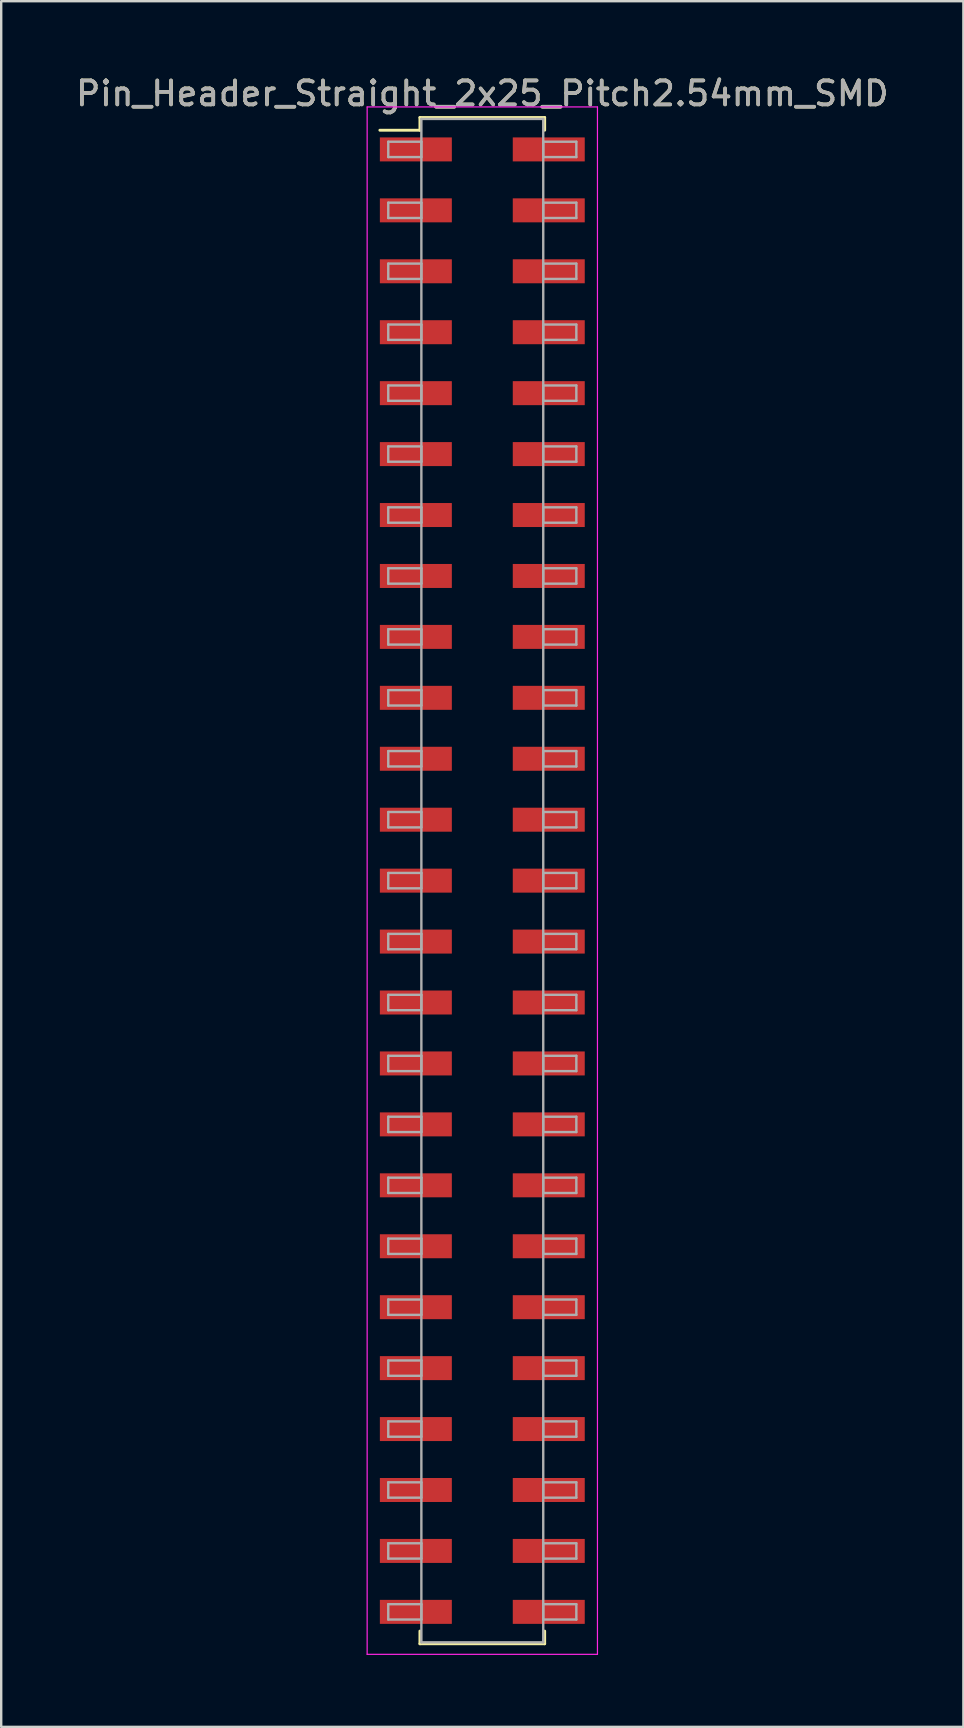
<source format=kicad_pcb>
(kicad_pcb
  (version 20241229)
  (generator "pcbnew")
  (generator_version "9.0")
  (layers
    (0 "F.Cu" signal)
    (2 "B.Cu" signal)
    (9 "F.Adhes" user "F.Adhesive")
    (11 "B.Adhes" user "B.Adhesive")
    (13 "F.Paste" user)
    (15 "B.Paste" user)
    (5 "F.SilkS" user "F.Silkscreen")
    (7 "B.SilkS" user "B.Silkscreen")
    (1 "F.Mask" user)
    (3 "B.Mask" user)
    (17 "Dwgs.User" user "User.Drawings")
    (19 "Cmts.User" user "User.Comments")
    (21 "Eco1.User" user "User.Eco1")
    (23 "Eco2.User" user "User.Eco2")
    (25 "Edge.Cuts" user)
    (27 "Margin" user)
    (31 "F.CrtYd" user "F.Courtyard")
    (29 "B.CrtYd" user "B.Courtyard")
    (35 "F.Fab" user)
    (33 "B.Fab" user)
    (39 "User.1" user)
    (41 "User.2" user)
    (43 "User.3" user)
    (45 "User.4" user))
  (footprint "Pin_Header_Straight_2x25_Pitch2.54mm_SMD"
    (layer "F.Cu")
    (at 17.054 33.658)
    (property "Reference" "Pin_Header_Straight_2x25_Pitch2.54mm_SMD" (at 0 -32.81 0) (layer "F.SilkS") (effects (font (size 1 1) (thickness 0.15))))
    (attr smd)
    (fp_line (start -4.27 -31.28) (end -2.6 -31.28) (stroke (width 0.12) (type solid)) (layer "F.SilkS"))
    (fp_line (start -2.6 -31.81) (end 2.6 -31.81) (stroke (width 0.12) (type solid)) (layer "F.SilkS"))
    (fp_line (start -2.6 -31.28) (end -2.6 -31.81) (stroke (width 0.12) (type solid)) (layer "F.SilkS"))
    (fp_line (start -2.6 31.28) (end -2.6 31.81) (stroke (width 0.12) (type solid)) (layer "F.SilkS"))
    (fp_line (start -2.6 31.81) (end 2.6 31.81) (stroke (width 0.12) (type solid)) (layer "F.SilkS"))
    (fp_line (start 2.6 -31.81) (end 2.6 -31.28) (stroke (width 0.12) (type solid)) (layer "F.SilkS"))
    (fp_line (start 2.6 31.81) (end 2.6 31.28) (stroke (width 0.12) (type solid)) (layer "F.SilkS"))
    (fp_line (start -4.8 -32.25) (end -4.8 32.25) (stroke (width 0.05) (type solid)) (layer "F.CrtYd"))
    (fp_line (start -4.8 32.25) (end 4.8 32.25) (stroke (width 0.05) (type solid)) (layer "F.CrtYd"))
    (fp_line (start 4.8 -32.25) (end -4.8 -32.25) (stroke (width 0.05) (type solid)) (layer "F.CrtYd"))
    (fp_line (start 4.8 32.25) (end 4.8 -32.25) (stroke (width 0.05) (type solid)) (layer "F.CrtYd"))
    (fp_line (start -3.92 -30.8) (end -2.54 -30.8) (stroke (width 0.1) (type solid)) (layer "F.Fab"))
    (fp_line (start -3.92 -30.16) (end -3.92 -30.8) (stroke (width 0.1) (type solid)) (layer "F.Fab"))
    (fp_line (start -3.92 -28.26) (end -2.54 -28.26) (stroke (width 0.1) (type solid)) (layer "F.Fab"))
    (fp_line (start -3.92 -27.62) (end -3.92 -28.26) (stroke (width 0.1) (type solid)) (layer "F.Fab"))
    (fp_line (start -3.92 -25.72) (end -2.54 -25.72) (stroke (width 0.1) (type solid)) (layer "F.Fab"))
    (fp_line (start -3.92 -25.08) (end -3.92 -25.72) (stroke (width 0.1) (type solid)) (layer "F.Fab"))
    (fp_line (start -3.92 -23.18) (end -2.54 -23.18) (stroke (width 0.1) (type solid)) (layer "F.Fab"))
    (fp_line (start -3.92 -22.54) (end -3.92 -23.18) (stroke (width 0.1) (type solid)) (layer "F.Fab"))
    (fp_line (start -3.92 -20.64) (end -2.54 -20.64) (stroke (width 0.1) (type solid)) (layer "F.Fab"))
    (fp_line (start -3.92 -20) (end -3.92 -20.64) (stroke (width 0.1) (type solid)) (layer "F.Fab"))
    (fp_line (start -3.92 -18.1) (end -2.54 -18.1) (stroke (width 0.1) (type solid)) (layer "F.Fab"))
    (fp_line (start -3.92 -17.46) (end -3.92 -18.1) (stroke (width 0.1) (type solid)) (layer "F.Fab"))
    (fp_line (start -3.92 -15.56) (end -2.54 -15.56) (stroke (width 0.1) (type solid)) (layer "F.Fab"))
    (fp_line (start -3.92 -14.92) (end -3.92 -15.56) (stroke (width 0.1) (type solid)) (layer "F.Fab"))
    (fp_line (start -3.92 -13.02) (end -2.54 -13.02) (stroke (width 0.1) (type solid)) (layer "F.Fab"))
    (fp_line (start -3.92 -12.38) (end -3.92 -13.02) (stroke (width 0.1) (type solid)) (layer "F.Fab"))
    (fp_line (start -3.92 -10.48) (end -2.54 -10.48) (stroke (width 0.1) (type solid)) (layer "F.Fab"))
    (fp_line (start -3.92 -9.84) (end -3.92 -10.48) (stroke (width 0.1) (type solid)) (layer "F.Fab"))
    (fp_line (start -3.92 -7.94) (end -2.54 -7.94) (stroke (width 0.1) (type solid)) (layer "F.Fab"))
    (fp_line (start -3.92 -7.3) (end -3.92 -7.94) (stroke (width 0.1) (type solid)) (layer "F.Fab"))
    (fp_line (start -3.92 -5.4) (end -2.54 -5.4) (stroke (width 0.1) (type solid)) (layer "F.Fab"))
    (fp_line (start -3.92 -4.76) (end -3.92 -5.4) (stroke (width 0.1) (type solid)) (layer "F.Fab"))
    (fp_line (start -3.92 -2.86) (end -2.54 -2.86) (stroke (width 0.1) (type solid)) (layer "F.Fab"))
    (fp_line (start -3.92 -2.22) (end -3.92 -2.86) (stroke (width 0.1) (type solid)) (layer "F.Fab"))
    (fp_line (start -3.92 -0.32) (end -2.54 -0.32) (stroke (width 0.1) (type solid)) (layer "F.Fab"))
    (fp_line (start -3.92 0.32) (end -3.92 -0.32) (stroke (width 0.1) (type solid)) (layer "F.Fab"))
    (fp_line (start -3.92 2.22) (end -2.54 2.22) (stroke (width 0.1) (type solid)) (layer "F.Fab"))
    (fp_line (start -3.92 2.86) (end -3.92 2.22) (stroke (width 0.1) (type solid)) (layer "F.Fab"))
    (fp_line (start -3.92 4.76) (end -2.54 4.76) (stroke (width 0.1) (type solid)) (layer "F.Fab"))
    (fp_line (start -3.92 5.4) (end -3.92 4.76) (stroke (width 0.1) (type solid)) (layer "F.Fab"))
    (fp_line (start -3.92 7.3) (end -2.54 7.3) (stroke (width 0.1) (type solid)) (layer "F.Fab"))
    (fp_line (start -3.92 7.94) (end -3.92 7.3) (stroke (width 0.1) (type solid)) (layer "F.Fab"))
    (fp_line (start -3.92 9.84) (end -2.54 9.84) (stroke (width 0.1) (type solid)) (layer "F.Fab"))
    (fp_line (start -3.92 10.48) (end -3.92 9.84) (stroke (width 0.1) (type solid)) (layer "F.Fab"))
    (fp_line (start -3.92 12.38) (end -2.54 12.38) (stroke (width 0.1) (type solid)) (layer "F.Fab"))
    (fp_line (start -3.92 13.02) (end -3.92 12.38) (stroke (width 0.1) (type solid)) (layer "F.Fab"))
    (fp_line (start -3.92 14.92) (end -2.54 14.92) (stroke (width 0.1) (type solid)) (layer "F.Fab"))
    (fp_line (start -3.92 15.56) (end -3.92 14.92) (stroke (width 0.1) (type solid)) (layer "F.Fab"))
    (fp_line (start -3.92 17.46) (end -2.54 17.46) (stroke (width 0.1) (type solid)) (layer "F.Fab"))
    (fp_line (start -3.92 18.1) (end -3.92 17.46) (stroke (width 0.1) (type solid)) (layer "F.Fab"))
    (fp_line (start -3.92 20) (end -2.54 20) (stroke (width 0.1) (type solid)) (layer "F.Fab"))
    (fp_line (start -3.92 20.64) (end -3.92 20) (stroke (width 0.1) (type solid)) (layer "F.Fab"))
    (fp_line (start -3.92 22.54) (end -2.54 22.54) (stroke (width 0.1) (type solid)) (layer "F.Fab"))
    (fp_line (start -3.92 23.18) (end -3.92 22.54) (stroke (width 0.1) (type solid)) (layer "F.Fab"))
    (fp_line (start -3.92 25.08) (end -2.54 25.08) (stroke (width 0.1) (type solid)) (layer "F.Fab"))
    (fp_line (start -3.92 25.72) (end -3.92 25.08) (stroke (width 0.1) (type solid)) (layer "F.Fab"))
    (fp_line (start -3.92 27.62) (end -2.54 27.62) (stroke (width 0.1) (type solid)) (layer "F.Fab"))
    (fp_line (start -3.92 28.26) (end -3.92 27.62) (stroke (width 0.1) (type solid)) (layer "F.Fab"))
    (fp_line (start -3.92 30.16) (end -2.54 30.16) (stroke (width 0.1) (type solid)) (layer "F.Fab"))
    (fp_line (start -3.92 30.8) (end -3.92 30.16) (stroke (width 0.1) (type solid)) (layer "F.Fab"))
    (fp_line (start -2.54 -31.75) (end -2.54 31.75) (stroke (width 0.1) (type solid)) (layer "F.Fab"))
    (fp_line (start -2.54 -30.8) (end -2.54 -30.16) (stroke (width 0.1) (type solid)) (layer "F.Fab"))
    (fp_line (start -2.54 -30.16) (end -3.92 -30.16) (stroke (width 0.1) (type solid)) (layer "F.Fab"))
    (fp_line (start -2.54 -28.26) (end -2.54 -27.62) (stroke (width 0.1) (type solid)) (layer "F.Fab"))
    (fp_line (start -2.54 -27.62) (end -3.92 -27.62) (stroke (width 0.1) (type solid)) (layer "F.Fab"))
    (fp_line (start -2.54 -25.72) (end -2.54 -25.08) (stroke (width 0.1) (type solid)) (layer "F.Fab"))
    (fp_line (start -2.54 -25.08) (end -3.92 -25.08) (stroke (width 0.1) (type solid)) (layer "F.Fab"))
    (fp_line (start -2.54 -23.18) (end -2.54 -22.54) (stroke (width 0.1) (type solid)) (layer "F.Fab"))
    (fp_line (start -2.54 -22.54) (end -3.92 -22.54) (stroke (width 0.1) (type solid)) (layer "F.Fab"))
    (fp_line (start -2.54 -20.64) (end -2.54 -20) (stroke (width 0.1) (type solid)) (layer "F.Fab"))
    (fp_line (start -2.54 -20) (end -3.92 -20) (stroke (width 0.1) (type solid)) (layer "F.Fab"))
    (fp_line (start -2.54 -18.1) (end -2.54 -17.46) (stroke (width 0.1) (type solid)) (layer "F.Fab"))
    (fp_line (start -2.54 -17.46) (end -3.92 -17.46) (stroke (width 0.1) (type solid)) (layer "F.Fab"))
    (fp_line (start -2.54 -15.56) (end -2.54 -14.92) (stroke (width 0.1) (type solid)) (layer "F.Fab"))
    (fp_line (start -2.54 -14.92) (end -3.92 -14.92) (stroke (width 0.1) (type solid)) (layer "F.Fab"))
    (fp_line (start -2.54 -13.02) (end -2.54 -12.38) (stroke (width 0.1) (type solid)) (layer "F.Fab"))
    (fp_line (start -2.54 -12.38) (end -3.92 -12.38) (stroke (width 0.1) (type solid)) (layer "F.Fab"))
    (fp_line (start -2.54 -10.48) (end -2.54 -9.84) (stroke (width 0.1) (type solid)) (layer "F.Fab"))
    (fp_line (start -2.54 -9.84) (end -3.92 -9.84) (stroke (width 0.1) (type solid)) (layer "F.Fab"))
    (fp_line (start -2.54 -7.94) (end -2.54 -7.3) (stroke (width 0.1) (type solid)) (layer "F.Fab"))
    (fp_line (start -2.54 -7.3) (end -3.92 -7.3) (stroke (width 0.1) (type solid)) (layer "F.Fab"))
    (fp_line (start -2.54 -5.4) (end -2.54 -4.76) (stroke (width 0.1) (type solid)) (layer "F.Fab"))
    (fp_line (start -2.54 -4.76) (end -3.92 -4.76) (stroke (width 0.1) (type solid)) (layer "F.Fab"))
    (fp_line (start -2.54 -2.86) (end -2.54 -2.22) (stroke (width 0.1) (type solid)) (layer "F.Fab"))
    (fp_line (start -2.54 -2.22) (end -3.92 -2.22) (stroke (width 0.1) (type solid)) (layer "F.Fab"))
    (fp_line (start -2.54 -0.32) (end -2.54 0.32) (stroke (width 0.1) (type solid)) (layer "F.Fab"))
    (fp_line (start -2.54 0.32) (end -3.92 0.32) (stroke (width 0.1) (type solid)) (layer "F.Fab"))
    (fp_line (start -2.54 2.22) (end -2.54 2.86) (stroke (width 0.1) (type solid)) (layer "F.Fab"))
    (fp_line (start -2.54 2.86) (end -3.92 2.86) (stroke (width 0.1) (type solid)) (layer "F.Fab"))
    (fp_line (start -2.54 4.76) (end -2.54 5.4) (stroke (width 0.1) (type solid)) (layer "F.Fab"))
    (fp_line (start -2.54 5.4) (end -3.92 5.4) (stroke (width 0.1) (type solid)) (layer "F.Fab"))
    (fp_line (start -2.54 7.3) (end -2.54 7.94) (stroke (width 0.1) (type solid)) (layer "F.Fab"))
    (fp_line (start -2.54 7.94) (end -3.92 7.94) (stroke (width 0.1) (type solid)) (layer "F.Fab"))
    (fp_line (start -2.54 9.84) (end -2.54 10.48) (stroke (width 0.1) (type solid)) (layer "F.Fab"))
    (fp_line (start -2.54 10.48) (end -3.92 10.48) (stroke (width 0.1) (type solid)) (layer "F.Fab"))
    (fp_line (start -2.54 12.38) (end -2.54 13.02) (stroke (width 0.1) (type solid)) (layer "F.Fab"))
    (fp_line (start -2.54 13.02) (end -3.92 13.02) (stroke (width 0.1) (type solid)) (layer "F.Fab"))
    (fp_line (start -2.54 14.92) (end -2.54 15.56) (stroke (width 0.1) (type solid)) (layer "F.Fab"))
    (fp_line (start -2.54 15.56) (end -3.92 15.56) (stroke (width 0.1) (type solid)) (layer "F.Fab"))
    (fp_line (start -2.54 17.46) (end -2.54 18.1) (stroke (width 0.1) (type solid)) (layer "F.Fab"))
    (fp_line (start -2.54 18.1) (end -3.92 18.1) (stroke (width 0.1) (type solid)) (layer "F.Fab"))
    (fp_line (start -2.54 20) (end -2.54 20.64) (stroke (width 0.1) (type solid)) (layer "F.Fab"))
    (fp_line (start -2.54 20.64) (end -3.92 20.64) (stroke (width 0.1) (type solid)) (layer "F.Fab"))
    (fp_line (start -2.54 22.54) (end -2.54 23.18) (stroke (width 0.1) (type solid)) (layer "F.Fab"))
    (fp_line (start -2.54 23.18) (end -3.92 23.18) (stroke (width 0.1) (type solid)) (layer "F.Fab"))
    (fp_line (start -2.54 25.08) (end -2.54 25.72) (stroke (width 0.1) (type solid)) (layer "F.Fab"))
    (fp_line (start -2.54 25.72) (end -3.92 25.72) (stroke (width 0.1) (type solid)) (layer "F.Fab"))
    (fp_line (start -2.54 27.62) (end -2.54 28.26) (stroke (width 0.1) (type solid)) (layer "F.Fab"))
    (fp_line (start -2.54 28.26) (end -3.92 28.26) (stroke (width 0.1) (type solid)) (layer "F.Fab"))
    (fp_line (start -2.54 30.16) (end -2.54 30.8) (stroke (width 0.1) (type solid)) (layer "F.Fab"))
    (fp_line (start -2.54 30.8) (end -3.92 30.8) (stroke (width 0.1) (type solid)) (layer "F.Fab"))
    (fp_line (start -2.54 31.75) (end 2.54 31.75) (stroke (width 0.1) (type solid)) (layer "F.Fab"))
    (fp_line (start 2.54 -31.75) (end -2.54 -31.75) (stroke (width 0.1) (type solid)) (layer "F.Fab"))
    (fp_line (start 2.54 -30.8) (end 2.54 -30.16) (stroke (width 0.1) (type solid)) (layer "F.Fab"))
    (fp_line (start 2.54 -30.16) (end 3.92 -30.16) (stroke (width 0.1) (type solid)) (layer "F.Fab"))
    (fp_line (start 2.54 -28.26) (end 2.54 -27.62) (stroke (width 0.1) (type solid)) (layer "F.Fab"))
    (fp_line (start 2.54 -27.62) (end 3.92 -27.62) (stroke (width 0.1) (type solid)) (layer "F.Fab"))
    (fp_line (start 2.54 -25.72) (end 2.54 -25.08) (stroke (width 0.1) (type solid)) (layer "F.Fab"))
    (fp_line (start 2.54 -25.08) (end 3.92 -25.08) (stroke (width 0.1) (type solid)) (layer "F.Fab"))
    (fp_line (start 2.54 -23.18) (end 2.54 -22.54) (stroke (width 0.1) (type solid)) (layer "F.Fab"))
    (fp_line (start 2.54 -22.54) (end 3.92 -22.54) (stroke (width 0.1) (type solid)) (layer "F.Fab"))
    (fp_line (start 2.54 -20.64) (end 2.54 -20) (stroke (width 0.1) (type solid)) (layer "F.Fab"))
    (fp_line (start 2.54 -20) (end 3.92 -20) (stroke (width 0.1) (type solid)) (layer "F.Fab"))
    (fp_line (start 2.54 -18.1) (end 2.54 -17.46) (stroke (width 0.1) (type solid)) (layer "F.Fab"))
    (fp_line (start 2.54 -17.46) (end 3.92 -17.46) (stroke (width 0.1) (type solid)) (layer "F.Fab"))
    (fp_line (start 2.54 -15.56) (end 2.54 -14.92) (stroke (width 0.1) (type solid)) (layer "F.Fab"))
    (fp_line (start 2.54 -14.92) (end 3.92 -14.92) (stroke (width 0.1) (type solid)) (layer "F.Fab"))
    (fp_line (start 2.54 -13.02) (end 2.54 -12.38) (stroke (width 0.1) (type solid)) (layer "F.Fab"))
    (fp_line (start 2.54 -12.38) (end 3.92 -12.38) (stroke (width 0.1) (type solid)) (layer "F.Fab"))
    (fp_line (start 2.54 -10.48) (end 2.54 -9.84) (stroke (width 0.1) (type solid)) (layer "F.Fab"))
    (fp_line (start 2.54 -9.84) (end 3.92 -9.84) (stroke (width 0.1) (type solid)) (layer "F.Fab"))
    (fp_line (start 2.54 -7.94) (end 2.54 -7.3) (stroke (width 0.1) (type solid)) (layer "F.Fab"))
    (fp_line (start 2.54 -7.3) (end 3.92 -7.3) (stroke (width 0.1) (type solid)) (layer "F.Fab"))
    (fp_line (start 2.54 -5.4) (end 2.54 -4.76) (stroke (width 0.1) (type solid)) (layer "F.Fab"))
    (fp_line (start 2.54 -4.76) (end 3.92 -4.76) (stroke (width 0.1) (type solid)) (layer "F.Fab"))
    (fp_line (start 2.54 -2.86) (end 2.54 -2.22) (stroke (width 0.1) (type solid)) (layer "F.Fab"))
    (fp_line (start 2.54 -2.22) (end 3.92 -2.22) (stroke (width 0.1) (type solid)) (layer "F.Fab"))
    (fp_line (start 2.54 -0.32) (end 2.54 0.32) (stroke (width 0.1) (type solid)) (layer "F.Fab"))
    (fp_line (start 2.54 0.32) (end 3.92 0.32) (stroke (width 0.1) (type solid)) (layer "F.Fab"))
    (fp_line (start 2.54 2.22) (end 2.54 2.86) (stroke (width 0.1) (type solid)) (layer "F.Fab"))
    (fp_line (start 2.54 2.86) (end 3.92 2.86) (stroke (width 0.1) (type solid)) (layer "F.Fab"))
    (fp_line (start 2.54 4.76) (end 2.54 5.4) (stroke (width 0.1) (type solid)) (layer "F.Fab"))
    (fp_line (start 2.54 5.4) (end 3.92 5.4) (stroke (width 0.1) (type solid)) (layer "F.Fab"))
    (fp_line (start 2.54 7.3) (end 2.54 7.94) (stroke (width 0.1) (type solid)) (layer "F.Fab"))
    (fp_line (start 2.54 7.94) (end 3.92 7.94) (stroke (width 0.1) (type solid)) (layer "F.Fab"))
    (fp_line (start 2.54 9.84) (end 2.54 10.48) (stroke (width 0.1) (type solid)) (layer "F.Fab"))
    (fp_line (start 2.54 10.48) (end 3.92 10.48) (stroke (width 0.1) (type solid)) (layer "F.Fab"))
    (fp_line (start 2.54 12.38) (end 2.54 13.02) (stroke (width 0.1) (type solid)) (layer "F.Fab"))
    (fp_line (start 2.54 13.02) (end 3.92 13.02) (stroke (width 0.1) (type solid)) (layer "F.Fab"))
    (fp_line (start 2.54 14.92) (end 2.54 15.56) (stroke (width 0.1) (type solid)) (layer "F.Fab"))
    (fp_line (start 2.54 15.56) (end 3.92 15.56) (stroke (width 0.1) (type solid)) (layer "F.Fab"))
    (fp_line (start 2.54 17.46) (end 2.54 18.1) (stroke (width 0.1) (type solid)) (layer "F.Fab"))
    (fp_line (start 2.54 18.1) (end 3.92 18.1) (stroke (width 0.1) (type solid)) (layer "F.Fab"))
    (fp_line (start 2.54 20) (end 2.54 20.64) (stroke (width 0.1) (type solid)) (layer "F.Fab"))
    (fp_line (start 2.54 20.64) (end 3.92 20.64) (stroke (width 0.1) (type solid)) (layer "F.Fab"))
    (fp_line (start 2.54 22.54) (end 2.54 23.18) (stroke (width 0.1) (type solid)) (layer "F.Fab"))
    (fp_line (start 2.54 23.18) (end 3.92 23.18) (stroke (width 0.1) (type solid)) (layer "F.Fab"))
    (fp_line (start 2.54 25.08) (end 2.54 25.72) (stroke (width 0.1) (type solid)) (layer "F.Fab"))
    (fp_line (start 2.54 25.72) (end 3.92 25.72) (stroke (width 0.1) (type solid)) (layer "F.Fab"))
    (fp_line (start 2.54 27.62) (end 2.54 28.26) (stroke (width 0.1) (type solid)) (layer "F.Fab"))
    (fp_line (start 2.54 28.26) (end 3.92 28.26) (stroke (width 0.1) (type solid)) (layer "F.Fab"))
    (fp_line (start 2.54 30.16) (end 2.54 30.8) (stroke (width 0.1) (type solid)) (layer "F.Fab"))
    (fp_line (start 2.54 30.8) (end 3.92 30.8) (stroke (width 0.1) (type solid)) (layer "F.Fab"))
    (fp_line (start 2.54 31.75) (end 2.54 -31.75) (stroke (width 0.1) (type solid)) (layer "F.Fab"))
    (fp_line (start 3.92 -30.8) (end 2.54 -30.8) (stroke (width 0.1) (type solid)) (layer "F.Fab"))
    (fp_line (start 3.92 -30.16) (end 3.92 -30.8) (stroke (width 0.1) (type solid)) (layer "F.Fab"))
    (fp_line (start 3.92 -28.26) (end 2.54 -28.26) (stroke (width 0.1) (type solid)) (layer "F.Fab"))
    (fp_line (start 3.92 -27.62) (end 3.92 -28.26) (stroke (width 0.1) (type solid)) (layer "F.Fab"))
    (fp_line (start 3.92 -25.72) (end 2.54 -25.72) (stroke (width 0.1) (type solid)) (layer "F.Fab"))
    (fp_line (start 3.92 -25.08) (end 3.92 -25.72) (stroke (width 0.1) (type solid)) (layer "F.Fab"))
    (fp_line (start 3.92 -23.18) (end 2.54 -23.18) (stroke (width 0.1) (type solid)) (layer "F.Fab"))
    (fp_line (start 3.92 -22.54) (end 3.92 -23.18) (stroke (width 0.1) (type solid)) (layer "F.Fab"))
    (fp_line (start 3.92 -20.64) (end 2.54 -20.64) (stroke (width 0.1) (type solid)) (layer "F.Fab"))
    (fp_line (start 3.92 -20) (end 3.92 -20.64) (stroke (width 0.1) (type solid)) (layer "F.Fab"))
    (fp_line (start 3.92 -18.1) (end 2.54 -18.1) (stroke (width 0.1) (type solid)) (layer "F.Fab"))
    (fp_line (start 3.92 -17.46) (end 3.92 -18.1) (stroke (width 0.1) (type solid)) (layer "F.Fab"))
    (fp_line (start 3.92 -15.56) (end 2.54 -15.56) (stroke (width 0.1) (type solid)) (layer "F.Fab"))
    (fp_line (start 3.92 -14.92) (end 3.92 -15.56) (stroke (width 0.1) (type solid)) (layer "F.Fab"))
    (fp_line (start 3.92 -13.02) (end 2.54 -13.02) (stroke (width 0.1) (type solid)) (layer "F.Fab"))
    (fp_line (start 3.92 -12.38) (end 3.92 -13.02) (stroke (width 0.1) (type solid)) (layer "F.Fab"))
    (fp_line (start 3.92 -10.48) (end 2.54 -10.48) (stroke (width 0.1) (type solid)) (layer "F.Fab"))
    (fp_line (start 3.92 -9.84) (end 3.92 -10.48) (stroke (width 0.1) (type solid)) (layer "F.Fab"))
    (fp_line (start 3.92 -7.94) (end 2.54 -7.94) (stroke (width 0.1) (type solid)) (layer "F.Fab"))
    (fp_line (start 3.92 -7.3) (end 3.92 -7.94) (stroke (width 0.1) (type solid)) (layer "F.Fab"))
    (fp_line (start 3.92 -5.4) (end 2.54 -5.4) (stroke (width 0.1) (type solid)) (layer "F.Fab"))
    (fp_line (start 3.92 -4.76) (end 3.92 -5.4) (stroke (width 0.1) (type solid)) (layer "F.Fab"))
    (fp_line (start 3.92 -2.86) (end 2.54 -2.86) (stroke (width 0.1) (type solid)) (layer "F.Fab"))
    (fp_line (start 3.92 -2.22) (end 3.92 -2.86) (stroke (width 0.1) (type solid)) (layer "F.Fab"))
    (fp_line (start 3.92 -0.32) (end 2.54 -0.32) (stroke (width 0.1) (type solid)) (layer "F.Fab"))
    (fp_line (start 3.92 0.32) (end 3.92 -0.32) (stroke (width 0.1) (type solid)) (layer "F.Fab"))
    (fp_line (start 3.92 2.22) (end 2.54 2.22) (stroke (width 0.1) (type solid)) (layer "F.Fab"))
    (fp_line (start 3.92 2.86) (end 3.92 2.22) (stroke (width 0.1) (type solid)) (layer "F.Fab"))
    (fp_line (start 3.92 4.76) (end 2.54 4.76) (stroke (width 0.1) (type solid)) (layer "F.Fab"))
    (fp_line (start 3.92 5.4) (end 3.92 4.76) (stroke (width 0.1) (type solid)) (layer "F.Fab"))
    (fp_line (start 3.92 7.3) (end 2.54 7.3) (stroke (width 0.1) (type solid)) (layer "F.Fab"))
    (fp_line (start 3.92 7.94) (end 3.92 7.3) (stroke (width 0.1) (type solid)) (layer "F.Fab"))
    (fp_line (start 3.92 9.84) (end 2.54 9.84) (stroke (width 0.1) (type solid)) (layer "F.Fab"))
    (fp_line (start 3.92 10.48) (end 3.92 9.84) (stroke (width 0.1) (type solid)) (layer "F.Fab"))
    (fp_line (start 3.92 12.38) (end 2.54 12.38) (stroke (width 0.1) (type solid)) (layer "F.Fab"))
    (fp_line (start 3.92 13.02) (end 3.92 12.38) (stroke (width 0.1) (type solid)) (layer "F.Fab"))
    (fp_line (start 3.92 14.92) (end 2.54 14.92) (stroke (width 0.1) (type solid)) (layer "F.Fab"))
    (fp_line (start 3.92 15.56) (end 3.92 14.92) (stroke (width 0.1) (type solid)) (layer "F.Fab"))
    (fp_line (start 3.92 17.46) (end 2.54 17.46) (stroke (width 0.1) (type solid)) (layer "F.Fab"))
    (fp_line (start 3.92 18.1) (end 3.92 17.46) (stroke (width 0.1) (type solid)) (layer "F.Fab"))
    (fp_line (start 3.92 20) (end 2.54 20) (stroke (width 0.1) (type solid)) (layer "F.Fab"))
    (fp_line (start 3.92 20.64) (end 3.92 20) (stroke (width 0.1) (type solid)) (layer "F.Fab"))
    (fp_line (start 3.92 22.54) (end 2.54 22.54) (stroke (width 0.1) (type solid)) (layer "F.Fab"))
    (fp_line (start 3.92 23.18) (end 3.92 22.54) (stroke (width 0.1) (type solid)) (layer "F.Fab"))
    (fp_line (start 3.92 25.08) (end 2.54 25.08) (stroke (width 0.1) (type solid)) (layer "F.Fab"))
    (fp_line (start 3.92 25.72) (end 3.92 25.08) (stroke (width 0.1) (type solid)) (layer "F.Fab"))
    (fp_line (start 3.92 27.62) (end 2.54 27.62) (stroke (width 0.1) (type solid)) (layer "F.Fab"))
    (fp_line (start 3.92 28.26) (end 3.92 27.62) (stroke (width 0.1) (type solid)) (layer "F.Fab"))
    (fp_line (start 3.92 30.16) (end 2.54 30.16) (stroke (width 0.1) (type solid)) (layer "F.Fab"))
    (fp_line (start 3.92 30.8) (end 3.92 30.16) (stroke (width 0.1) (type solid)) (layer "F.Fab"))
    (fp_text user "${REFERENCE}" (at 0 -32.81 0) (layer "F.Fab") (effects (font (size 1 1) (thickness 0.15))))
    (pad "1" smd rect (at -2.77 -30.48) (size 3 1) (layers "F.Cu" "F.Mask" "F.Paste"))
    (pad "2" smd rect (at 2.77 -30.48) (size 3 1) (layers "F.Cu" "F.Mask" "F.Paste"))
    (pad "3" smd rect (at -2.77 -27.94) (size 3 1) (layers "F.Cu" "F.Mask" "F.Paste"))
    (pad "4" smd rect (at 2.77 -27.94) (size 3 1) (layers "F.Cu" "F.Mask" "F.Paste"))
    (pad "5" smd rect (at -2.77 -25.4) (size 3 1) (layers "F.Cu" "F.Mask" "F.Paste"))
    (pad "6" smd rect (at 2.77 -25.4) (size 3 1) (layers "F.Cu" "F.Mask" "F.Paste"))
    (pad "7" smd rect (at -2.77 -22.86) (size 3 1) (layers "F.Cu" "F.Mask" "F.Paste"))
    (pad "8" smd rect (at 2.77 -22.86) (size 3 1) (layers "F.Cu" "F.Mask" "F.Paste"))
    (pad "9" smd rect (at -2.77 -20.32) (size 3 1) (layers "F.Cu" "F.Mask" "F.Paste"))
    (pad "10" smd rect (at 2.77 -20.32) (size 3 1) (layers "F.Cu" "F.Mask" "F.Paste"))
    (pad "11" smd rect (at -2.77 -17.78) (size 3 1) (layers "F.Cu" "F.Mask" "F.Paste"))
    (pad "12" smd rect (at 2.77 -17.78) (size 3 1) (layers "F.Cu" "F.Mask" "F.Paste"))
    (pad "13" smd rect (at -2.77 -15.24) (size 3 1) (layers "F.Cu" "F.Mask" "F.Paste"))
    (pad "14" smd rect (at 2.77 -15.24) (size 3 1) (layers "F.Cu" "F.Mask" "F.Paste"))
    (pad "15" smd rect (at -2.77 -12.7) (size 3 1) (layers "F.Cu" "F.Mask" "F.Paste"))
    (pad "16" smd rect (at 2.77 -12.7) (size 3 1) (layers "F.Cu" "F.Mask" "F.Paste"))
    (pad "17" smd rect (at -2.77 -10.16) (size 3 1) (layers "F.Cu" "F.Mask" "F.Paste"))
    (pad "18" smd rect (at 2.77 -10.16) (size 3 1) (layers "F.Cu" "F.Mask" "F.Paste"))
    (pad "19" smd rect (at -2.77 -7.62) (size 3 1) (layers "F.Cu" "F.Mask" "F.Paste"))
    (pad "20" smd rect (at 2.77 -7.62) (size 3 1) (layers "F.Cu" "F.Mask" "F.Paste"))
    (pad "21" smd rect (at -2.77 -5.08) (size 3 1) (layers "F.Cu" "F.Mask" "F.Paste"))
    (pad "22" smd rect (at 2.77 -5.08) (size 3 1) (layers "F.Cu" "F.Mask" "F.Paste"))
    (pad "23" smd rect (at -2.77 -2.54) (size 3 1) (layers "F.Cu" "F.Mask" "F.Paste"))
    (pad "24" smd rect (at 2.77 -2.54) (size 3 1) (layers "F.Cu" "F.Mask" "F.Paste"))
    (pad "25" smd rect (at -2.77 0) (size 3 1) (layers "F.Cu" "F.Mask" "F.Paste"))
    (pad "26" smd rect (at 2.77 0) (size 3 1) (layers "F.Cu" "F.Mask" "F.Paste"))
    (pad "27" smd rect (at -2.77 2.54) (size 3 1) (layers "F.Cu" "F.Mask" "F.Paste"))
    (pad "28" smd rect (at 2.77 2.54) (size 3 1) (layers "F.Cu" "F.Mask" "F.Paste"))
    (pad "29" smd rect (at -2.77 5.08) (size 3 1) (layers "F.Cu" "F.Mask" "F.Paste"))
    (pad "30" smd rect (at 2.77 5.08) (size 3 1) (layers "F.Cu" "F.Mask" "F.Paste"))
    (pad "31" smd rect (at -2.77 7.62) (size 3 1) (layers "F.Cu" "F.Mask" "F.Paste"))
    (pad "32" smd rect (at 2.77 7.62) (size 3 1) (layers "F.Cu" "F.Mask" "F.Paste"))
    (pad "33" smd rect (at -2.77 10.16) (size 3 1) (layers "F.Cu" "F.Mask" "F.Paste"))
    (pad "34" smd rect (at 2.77 10.16) (size 3 1) (layers "F.Cu" "F.Mask" "F.Paste"))
    (pad "35" smd rect (at -2.77 12.7) (size 3 1) (layers "F.Cu" "F.Mask" "F.Paste"))
    (pad "36" smd rect (at 2.77 12.7) (size 3 1) (layers "F.Cu" "F.Mask" "F.Paste"))
    (pad "37" smd rect (at -2.77 15.24) (size 3 1) (layers "F.Cu" "F.Mask" "F.Paste"))
    (pad "38" smd rect (at 2.77 15.24) (size 3 1) (layers "F.Cu" "F.Mask" "F.Paste"))
    (pad "39" smd rect (at -2.77 17.78) (size 3 1) (layers "F.Cu" "F.Mask" "F.Paste"))
    (pad "40" smd rect (at 2.77 17.78) (size 3 1) (layers "F.Cu" "F.Mask" "F.Paste"))
    (pad "41" smd rect (at -2.77 20.32) (size 3 1) (layers "F.Cu" "F.Mask" "F.Paste"))
    (pad "42" smd rect (at 2.77 20.32) (size 3 1) (layers "F.Cu" "F.Mask" "F.Paste"))
    (pad "43" smd rect (at -2.77 22.86) (size 3 1) (layers "F.Cu" "F.Mask" "F.Paste"))
    (pad "44" smd rect (at 2.77 22.86) (size 3 1) (layers "F.Cu" "F.Mask" "F.Paste"))
    (pad "45" smd rect (at -2.77 25.4) (size 3 1) (layers "F.Cu" "F.Mask" "F.Paste"))
    (pad "46" smd rect (at 2.77 25.4) (size 3 1) (layers "F.Cu" "F.Mask" "F.Paste"))
    (pad "47" smd rect (at -2.77 27.94) (size 3 1) (layers "F.Cu" "F.Mask" "F.Paste"))
    (pad "48" smd rect (at 2.77 27.94) (size 3 1) (layers "F.Cu" "F.Mask" "F.Paste"))
    (pad "49" smd rect (at -2.77 30.48) (size 3 1) (layers "F.Cu" "F.Mask" "F.Paste"))
    (pad "50" smd rect (at 2.77 30.48) (size 3 1) (layers "F.Cu" "F.Mask" "F.Paste")))
  (gr_rect
    (start -3 -3)
    (end 37.107 68.933)
    (stroke (width 0.1) (type default))
    (fill no)
    (layer "Edge.Cuts")))
</source>
